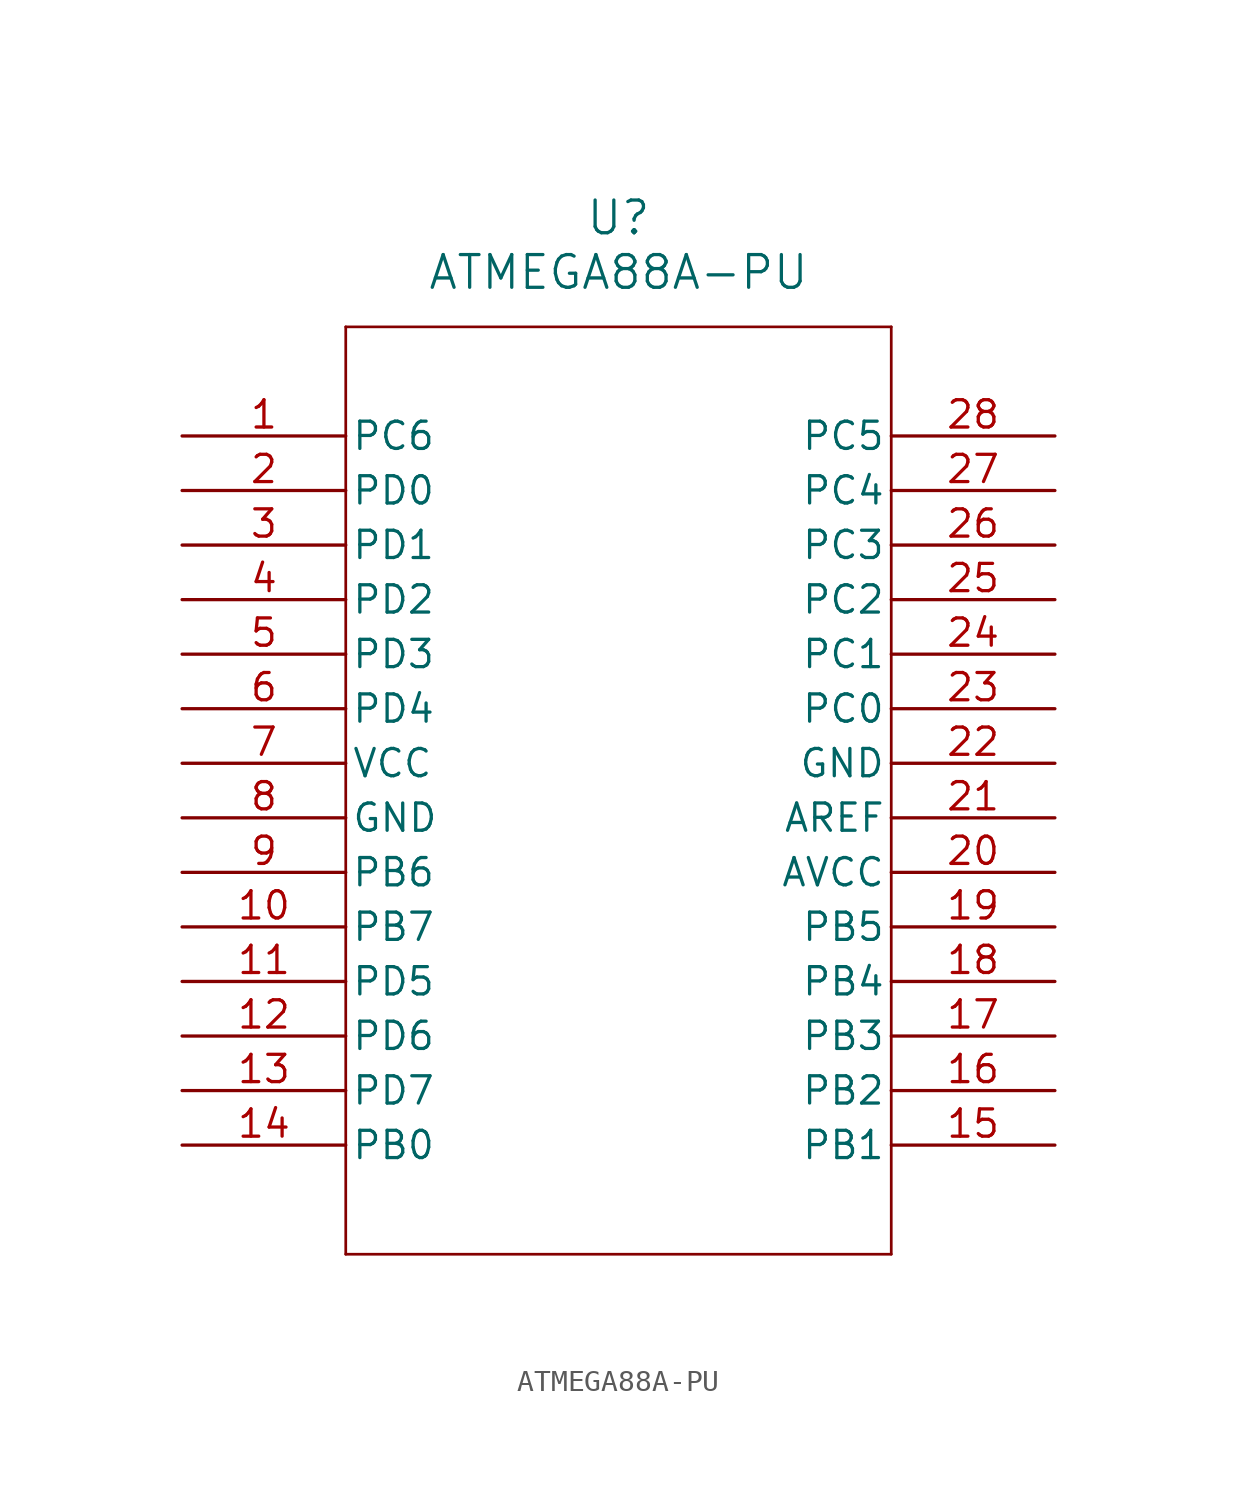
<source format=kicad_sym>
(kicad_symbol_lib
  (version 20211014)
  (generator kicad_symbol_editor)
  (symbol "ATMEGA88A-PU"
    (pin_names
      (offset 0.254))
    (property "Reference" "U"
      (at 20.32 10.16 0)
      (effects (font (size 1.524 1.524))))
    (property "Value" "ATMEGA88A-PU"
      (at 20.32 7.62 0)
      (effects (font (size 1.524 1.524))))
    (symbol "ATMEGA88A-PU_0_1"
      (polyline (pts (xy 7.62 5.08) (xy 7.62 -38.1)) (stroke (width 0.127) (type default) (color 0 0 0 0)) (fill (type none)))
      (polyline (pts (xy 7.62 -38.1) (xy 33.02 -38.1)) (stroke (width 0.127) (type default) (color 0 0 0 0)) (fill (type none)))
      (polyline (pts (xy 33.02 -38.1) (xy 33.02 5.08)) (stroke (width 0.127) (type default) (color 0 0 0 0)) (fill (type none)))
      (polyline (pts (xy 33.02 5.08) (xy 7.62 5.08)) (stroke (width 0.127) (type default) (color 0 0 0 0)) (fill (type none)))
      (pin unspecified line (at 0 0 0) (length 7.62) (name "PC6" (effects (font (size 1.27 1.27)))) (number "1" (effects (font (size 1.27 1.27)))))
      (pin unspecified line (at 0 -2.54 0) (length 7.62) (name "PD0" (effects (font (size 1.27 1.27)))) (number "2" (effects (font (size 1.27 1.27)))))
      (pin unspecified line (at 0 -5.08 0) (length 7.62) (name "PD1" (effects (font (size 1.27 1.27)))) (number "3" (effects (font (size 1.27 1.27)))))
      (pin unspecified line (at 0 -7.62 0) (length 7.62) (name "PD2" (effects (font (size 1.27 1.27)))) (number "4" (effects (font (size 1.27 1.27)))))
      (pin unspecified line (at 0 -10.16 0) (length 7.62) (name "PD3" (effects (font (size 1.27 1.27)))) (number "5" (effects (font (size 1.27 1.27)))))
      (pin unspecified line (at 0 -12.7 0) (length 7.62) (name "PD4" (effects (font (size 1.27 1.27)))) (number "6" (effects (font (size 1.27 1.27)))))
      (pin unspecified line (at 0 -15.24 0) (length 7.62) (name "VCC" (effects (font (size 1.27 1.27)))) (number "7" (effects (font (size 1.27 1.27)))))
      (pin unspecified line (at 0 -17.78 0) (length 7.62) (name "GND" (effects (font (size 1.27 1.27)))) (number "8" (effects (font (size 1.27 1.27)))))
      (pin unspecified line (at 0 -20.32 0) (length 7.62) (name "PB6" (effects (font (size 1.27 1.27)))) (number "9" (effects (font (size 1.27 1.27)))))
      (pin unspecified line (at 0 -22.86 0) (length 7.62) (name "PB7" (effects (font (size 1.27 1.27)))) (number "10" (effects (font (size 1.27 1.27)))))
      (pin unspecified line (at 0 -25.4 0) (length 7.62) (name "PD5" (effects (font (size 1.27 1.27)))) (number "11" (effects (font (size 1.27 1.27)))))
      (pin unspecified line (at 0 -27.94 0) (length 7.62) (name "PD6" (effects (font (size 1.27 1.27)))) (number "12" (effects (font (size 1.27 1.27)))))
      (pin unspecified line (at 0 -30.48 0) (length 7.62) (name "PD7" (effects (font (size 1.27 1.27)))) (number "13" (effects (font (size 1.27 1.27)))))
      (pin unspecified line (at 0 -33.02 0) (length 7.62) (name "PB0" (effects (font (size 1.27 1.27)))) (number "14" (effects (font (size 1.27 1.27)))))
      (pin unspecified line (at 40.64 -33.02 180) (length 7.62) (name "PB1" (effects (font (size 1.27 1.27)))) (number "15" (effects (font (size 1.27 1.27)))))
      (pin unspecified line (at 40.64 -30.48 180) (length 7.62) (name "PB2" (effects (font (size 1.27 1.27)))) (number "16" (effects (font (size 1.27 1.27)))))
      (pin unspecified line (at 40.64 -27.94 180) (length 7.62) (name "PB3" (effects (font (size 1.27 1.27)))) (number "17" (effects (font (size 1.27 1.27)))))
      (pin unspecified line (at 40.64 -25.4 180) (length 7.62) (name "PB4" (effects (font (size 1.27 1.27)))) (number "18" (effects (font (size 1.27 1.27)))))
      (pin unspecified line (at 40.64 -22.86 180) (length 7.62) (name "PB5" (effects (font (size 1.27 1.27)))) (number "19" (effects (font (size 1.27 1.27)))))
      (pin unspecified line (at 40.64 -20.32 180) (length 7.62) (name "AVCC" (effects (font (size 1.27 1.27)))) (number "20" (effects (font (size 1.27 1.27)))))
      (pin unspecified line (at 40.64 -17.78 180) (length 7.62) (name "AREF" (effects (font (size 1.27 1.27)))) (number "21" (effects (font (size 1.27 1.27)))))
      (pin unspecified line (at 40.64 -15.24 180) (length 7.62) (name "GND" (effects (font (size 1.27 1.27)))) (number "22" (effects (font (size 1.27 1.27)))))
      (pin unspecified line (at 40.64 -12.7 180) (length 7.62) (name "PC0" (effects (font (size 1.27 1.27)))) (number "23" (effects (font (size 1.27 1.27)))))
      (pin unspecified line (at 40.64 -10.16 180) (length 7.62) (name "PC1" (effects (font (size 1.27 1.27)))) (number "24" (effects (font (size 1.27 1.27)))))
      (pin unspecified line (at 40.64 -7.62 180) (length 7.62) (name "PC2" (effects (font (size 1.27 1.27)))) (number "25" (effects (font (size 1.27 1.27)))))
      (pin unspecified line (at 40.64 -5.08 180) (length 7.62) (name "PC3" (effects (font (size 1.27 1.27)))) (number "26" (effects (font (size 1.27 1.27)))))
      (pin unspecified line (at 40.64 -2.54 180) (length 7.62) (name "PC4" (effects (font (size 1.27 1.27)))) (number "27" (effects (font (size 1.27 1.27)))))
      (pin unspecified line (at 40.64 0 180) (length 7.62) (name "PC5" (effects (font (size 1.27 1.27)))) (number "28" (effects (font (size 1.27 1.27))))))))
</source>
